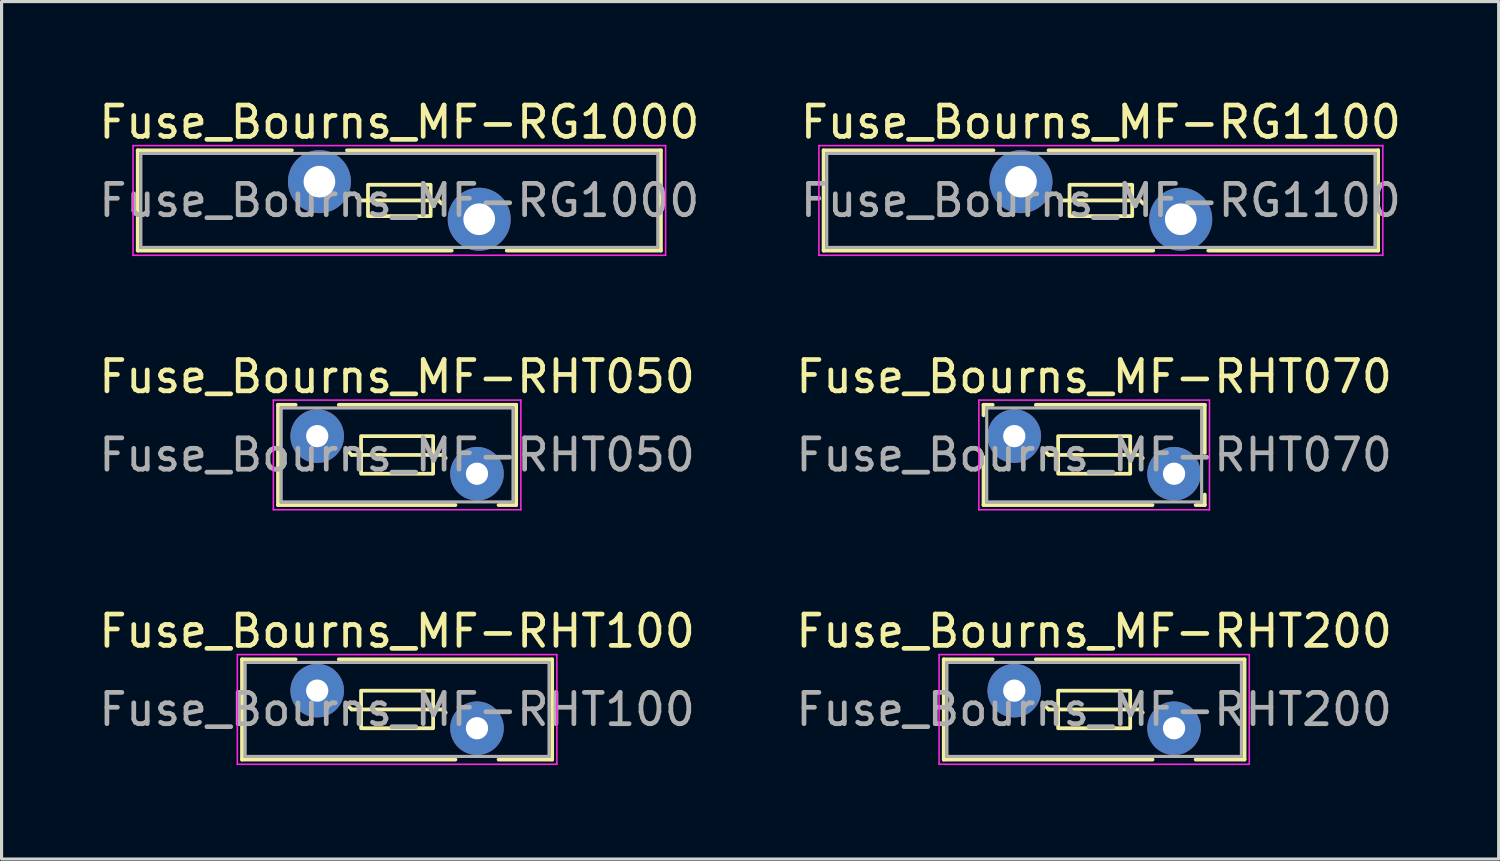
<source format=kicad_pcb>
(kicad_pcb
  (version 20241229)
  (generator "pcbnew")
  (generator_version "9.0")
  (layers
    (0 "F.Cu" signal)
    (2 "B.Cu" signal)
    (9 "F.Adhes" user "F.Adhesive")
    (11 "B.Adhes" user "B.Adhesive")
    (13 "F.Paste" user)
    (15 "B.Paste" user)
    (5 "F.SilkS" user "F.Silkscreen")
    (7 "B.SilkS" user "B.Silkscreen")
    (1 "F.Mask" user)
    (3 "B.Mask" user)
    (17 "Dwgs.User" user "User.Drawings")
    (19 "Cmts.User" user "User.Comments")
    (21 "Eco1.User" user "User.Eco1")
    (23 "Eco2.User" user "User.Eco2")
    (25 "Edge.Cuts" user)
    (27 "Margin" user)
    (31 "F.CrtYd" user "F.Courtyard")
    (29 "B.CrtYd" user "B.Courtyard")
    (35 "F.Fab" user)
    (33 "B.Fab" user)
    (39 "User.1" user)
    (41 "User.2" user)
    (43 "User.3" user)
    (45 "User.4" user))
  (footprint "Fuse_Bourns_MF-RHT200"
    (layer "F.Cu")
    (at 29.325 18.995)
    (property "Reference" "Fuse_Bourns_MF-RHT200" (at 2.55 -1.9 0) (layer "F.SilkS") (effects (font (size 1 1) (thickness 0.15))))
    (fp_line (start -2.251 -1) (end -2.251 2.2) (stroke (width 0.12) (type solid)) (layer "F.SilkS"))
    (fp_line (start -2.251 -1) (end -0.689 -1) (stroke (width 0.12) (type solid)) (layer "F.SilkS"))
    (fp_line (start -2.251 2.2) (end 4.412 2.2) (stroke (width 0.12) (type solid)) (layer "F.SilkS"))
    (fp_line (start 0.689 -1) (end 7.35 -1) (stroke (width 0.12) (type solid)) (layer "F.SilkS"))
    (fp_line (start 1.1 0.6) (end 1 0.5) (stroke (width 0.12) (type solid)) (layer "F.SilkS"))
    (fp_line (start 4 0.6) (end 1.1 0.6) (stroke (width 0.12) (type solid)) (layer "F.SilkS"))
    (fp_line (start 4 0.6) (end 4.1 0.7) (stroke (width 0.12) (type solid)) (layer "F.SilkS"))
    (fp_line (start 5.789 2.2) (end 7.35 2.2) (stroke (width 0.12) (type solid)) (layer "F.SilkS"))
    (fp_line (start 7.35 -1) (end 7.35 2.2) (stroke (width 0.12) (type solid)) (layer "F.SilkS"))
    (fp_rect (start 1.4 0) (end 3.7 1.2) (stroke (width 0.12) (type solid)) (fill no) (layer "F.SilkS"))
    (fp_line (start -2.4 -1.15) (end -2.4 2.35) (stroke (width 0.05) (type solid)) (layer "F.CrtYd"))
    (fp_line (start -2.4 2.35) (end 7.5 2.35) (stroke (width 0.05) (type solid)) (layer "F.CrtYd"))
    (fp_line (start 7.5 -1.15) (end -2.4 -1.15) (stroke (width 0.05) (type solid)) (layer "F.CrtYd"))
    (fp_line (start 7.5 2.35) (end 7.5 -1.15) (stroke (width 0.05) (type solid)) (layer "F.CrtYd"))
    (fp_line (start -2.15 -0.9) (end -2.15 2.1) (stroke (width 0.1) (type solid)) (layer "F.Fab"))
    (fp_line (start -2.15 2.1) (end 7.25 2.1) (stroke (width 0.1) (type solid)) (layer "F.Fab"))
    (fp_line (start 7.25 -0.9) (end -2.15 -0.9) (stroke (width 0.1) (type solid)) (layer "F.Fab"))
    (fp_line (start 7.25 2.1) (end 7.25 -0.9) (stroke (width 0.1) (type solid)) (layer "F.Fab"))
    (fp_text user "${REFERENCE}" (at 2.55 0.6 0) (layer "F.Fab") (effects (font (size 1 1) (thickness 0.15))))
    (pad "1" thru_hole circle (at 0 0) (size 1.71 1.71) (drill 0.71) (layers "*.Cu" "*.Mask"))
    (pad "2" thru_hole circle (at 5.1 1.2) (size 1.71 1.71) (drill 0.71) (layers "*.Cu" "*.Mask")))
  (footprint "Fuse_Bourns_MF-RHT100"
    (layer "F.Cu")
    (at 7.075 18.995)
    (property "Reference" "Fuse_Bourns_MF-RHT100" (at 2.55 -1.9 0) (layer "F.SilkS") (effects (font (size 1 1) (thickness 0.15))))
    (fp_line (start -2.4 -1) (end -2.4 2.2) (stroke (width 0.12) (type solid)) (layer "F.SilkS"))
    (fp_line (start -2.4 -1) (end -0.689 -1) (stroke (width 0.12) (type solid)) (layer "F.SilkS"))
    (fp_line (start -2.4 2.2) (end 4.412 2.2) (stroke (width 0.12) (type solid)) (layer "F.SilkS"))
    (fp_line (start 0.689 -1) (end 7.5 -1) (stroke (width 0.12) (type solid)) (layer "F.SilkS"))
    (fp_line (start 1.1 0.6) (end 1 0.5) (stroke (width 0.12) (type solid)) (layer "F.SilkS"))
    (fp_line (start 4 0.6) (end 1.1 0.6) (stroke (width 0.12) (type solid)) (layer "F.SilkS"))
    (fp_line (start 4 0.6) (end 4.1 0.7) (stroke (width 0.12) (type solid)) (layer "F.SilkS"))
    (fp_line (start 5.789 2.2) (end 7.5 2.2) (stroke (width 0.12) (type solid)) (layer "F.SilkS"))
    (fp_line (start 7.5 -1) (end 7.5 2.2) (stroke (width 0.12) (type solid)) (layer "F.SilkS"))
    (fp_rect (start 1.4 0) (end 3.7 1.2) (stroke (width 0.12) (type solid)) (fill no) (layer "F.SilkS"))
    (fp_line (start -2.55 -1.15) (end -2.55 2.35) (stroke (width 0.05) (type solid)) (layer "F.CrtYd"))
    (fp_line (start -2.55 2.35) (end 7.65 2.35) (stroke (width 0.05) (type solid)) (layer "F.CrtYd"))
    (fp_line (start 7.65 -1.15) (end -2.55 -1.15) (stroke (width 0.05) (type solid)) (layer "F.CrtYd"))
    (fp_line (start 7.65 2.35) (end 7.65 -1.15) (stroke (width 0.05) (type solid)) (layer "F.CrtYd"))
    (fp_line (start -2.3 -0.9) (end -2.3 2.1) (stroke (width 0.1) (type solid)) (layer "F.Fab"))
    (fp_line (start -2.3 2.1) (end 7.4 2.1) (stroke (width 0.1) (type solid)) (layer "F.Fab"))
    (fp_line (start 7.4 -0.9) (end -2.3 -0.9) (stroke (width 0.1) (type solid)) (layer "F.Fab"))
    (fp_line (start 7.4 2.1) (end 7.4 -0.9) (stroke (width 0.1) (type solid)) (layer "F.Fab"))
    (fp_text user "${REFERENCE}" (at 2.55 0.6 0) (layer "F.Fab") (effects (font (size 1 1) (thickness 0.15))))
    (pad "1" thru_hole circle (at 0 0) (size 1.71 1.71) (drill 0.71) (layers "*.Cu" "*.Mask"))
    (pad "2" thru_hole circle (at 5.1 1.2) (size 1.71 1.71) (drill 0.71) (layers "*.Cu" "*.Mask")))
  (footprint "Fuse_Bourns_MF-RG1100"
    (layer "F.Cu")
    (at 29.539 2.748)
    (property "Reference" "Fuse_Bourns_MF-RG1100" (at 2.55 -1.9 0) (layer "F.SilkS") (effects (font (size 1 1) (thickness 0.15))))
    (fp_line (start -6.3 -1) (end -6.3 2.2) (stroke (width 0.12) (type solid)) (layer "F.SilkS"))
    (fp_line (start -6.3 -1) (end -0.879 -1) (stroke (width 0.12) (type solid)) (layer "F.SilkS"))
    (fp_line (start -6.3 2.2) (end 4.222 2.2) (stroke (width 0.12) (type solid)) (layer "F.SilkS"))
    (fp_line (start 0.879 -1) (end 11.4 -1) (stroke (width 0.12) (type solid)) (layer "F.SilkS"))
    (fp_line (start 1.3 0.6) (end 1.2 0.5) (stroke (width 0.12) (type solid)) (layer "F.SilkS"))
    (fp_line (start 3.8 0.6) (end 1.3 0.6) (stroke (width 0.12) (type solid)) (layer "F.SilkS"))
    (fp_line (start 3.8 0.6) (end 3.9 0.7) (stroke (width 0.12) (type solid)) (layer "F.SilkS"))
    (fp_line (start 5.979 2.2) (end 11.4 2.2) (stroke (width 0.12) (type solid)) (layer "F.SilkS"))
    (fp_line (start 11.4 -1) (end 11.4 2.2) (stroke (width 0.12) (type solid)) (layer "F.SilkS"))
    (fp_rect (start 1.55 0.1) (end 3.55 1.1) (stroke (width 0.12) (type solid)) (fill no) (layer "F.SilkS"))
    (fp_line (start -6.45 -1.15) (end -6.45 2.35) (stroke (width 0.05) (type solid)) (layer "F.CrtYd"))
    (fp_line (start -6.45 2.35) (end 11.55 2.35) (stroke (width 0.05) (type solid)) (layer "F.CrtYd"))
    (fp_line (start 11.55 -1.15) (end -6.45 -1.15) (stroke (width 0.05) (type solid)) (layer "F.CrtYd"))
    (fp_line (start 11.55 2.35) (end 11.55 -1.15) (stroke (width 0.05) (type solid)) (layer "F.CrtYd"))
    (fp_line (start -6.2 -0.9) (end -6.2 2.1) (stroke (width 0.1) (type solid)) (layer "F.Fab"))
    (fp_line (start -6.2 2.1) (end 11.3 2.1) (stroke (width 0.1) (type solid)) (layer "F.Fab"))
    (fp_line (start 11.3 -0.9) (end -6.2 -0.9) (stroke (width 0.1) (type solid)) (layer "F.Fab"))
    (fp_line (start 11.3 2.1) (end 11.3 -0.9) (stroke (width 0.1) (type solid)) (layer "F.Fab"))
    (fp_text user "${REFERENCE}" (at 2.55 0.6 0) (layer "F.Fab") (effects (font (size 1 1) (thickness 0.15))))
    (pad "1" thru_hole circle (at 0 0) (size 2.01 2.01) (drill 1.01) (layers "*.Cu" "*.Mask"))
    (pad "2" thru_hole circle (at 5.1 1.2) (size 2.01 2.01) (drill 1.01) (layers "*.Cu" "*.Mask")))
  (footprint "Fuse_Bourns_MF-RHT070"
    (layer "F.Cu")
    (at 29.325 10.871)
    (property "Reference" "Fuse_Bourns_MF-RHT070" (at 2.55 -1.9 0) (layer "F.SilkS") (effects (font (size 1 1) (thickness 0.15))))
    (fp_line (start -0.981 -1) (end -0.981 -0.665) (stroke (width 0.12) (type solid)) (layer "F.SilkS"))
    (fp_line (start -0.981 -1) (end -0.689 -1) (stroke (width 0.12) (type solid)) (layer "F.SilkS"))
    (fp_line (start -0.981 0.665) (end -0.981 2.2) (stroke (width 0.12) (type solid)) (layer "F.SilkS"))
    (fp_line (start -0.981 2.2) (end 4.412 2.2) (stroke (width 0.12) (type solid)) (layer "F.SilkS"))
    (fp_line (start 0.689 -1) (end 6.08 -1) (stroke (width 0.12) (type solid)) (layer "F.SilkS"))
    (fp_line (start 1.1 0.6) (end 1 0.5) (stroke (width 0.12) (type solid)) (layer "F.SilkS"))
    (fp_line (start 4 0.6) (end 1.1 0.6) (stroke (width 0.12) (type solid)) (layer "F.SilkS"))
    (fp_line (start 4 0.6) (end 4.1 0.7) (stroke (width 0.12) (type solid)) (layer "F.SilkS"))
    (fp_line (start 5.789 2.2) (end 6.08 2.2) (stroke (width 0.12) (type solid)) (layer "F.SilkS"))
    (fp_line (start 6.08 -1) (end 6.08 0.536) (stroke (width 0.12) (type solid)) (layer "F.SilkS"))
    (fp_line (start 6.08 1.865) (end 6.08 2.2) (stroke (width 0.12) (type solid)) (layer "F.SilkS"))
    (fp_rect (start 1.4 0) (end 3.7 1.2) (stroke (width 0.12) (type solid)) (fill no) (layer "F.SilkS"))
    (fp_line (start -1.13 -1.15) (end -1.13 2.35) (stroke (width 0.05) (type solid)) (layer "F.CrtYd"))
    (fp_line (start -1.13 2.35) (end 6.23 2.35) (stroke (width 0.05) (type solid)) (layer "F.CrtYd"))
    (fp_line (start 6.23 -1.15) (end -1.13 -1.15) (stroke (width 0.05) (type solid)) (layer "F.CrtYd"))
    (fp_line (start 6.23 2.35) (end 6.23 -1.15) (stroke (width 0.05) (type solid)) (layer "F.CrtYd"))
    (fp_line (start -0.88 -0.9) (end -0.88 2.1) (stroke (width 0.1) (type solid)) (layer "F.Fab"))
    (fp_line (start -0.88 2.1) (end 5.98 2.1) (stroke (width 0.1) (type solid)) (layer "F.Fab"))
    (fp_line (start 5.98 -0.9) (end -0.88 -0.9) (stroke (width 0.1) (type solid)) (layer "F.Fab"))
    (fp_line (start 5.98 2.1) (end 5.98 -0.9) (stroke (width 0.1) (type solid)) (layer "F.Fab"))
    (fp_text user "${REFERENCE}" (at 2.55 0.6 0) (layer "F.Fab") (effects (font (size 1 1) (thickness 0.15))))
    (pad "1" thru_hole circle (at 0 0) (size 1.71 1.71) (drill 0.71) (layers "*.Cu" "*.Mask"))
    (pad "2" thru_hole circle (at 5.1 1.2) (size 1.71 1.71) (drill 0.71) (layers "*.Cu" "*.Mask")))
  (footprint "Fuse_Bourns_MF-RG1000"
    (layer "F.Cu")
    (at 7.146 2.748)
    (property "Reference" "Fuse_Bourns_MF-RG1000" (at 2.55 -1.9 0) (layer "F.SilkS") (effects (font (size 1 1) (thickness 0.15))))
    (fp_line (start -5.8 -1) (end -5.8 2.2) (stroke (width 0.12) (type solid)) (layer "F.SilkS"))
    (fp_line (start -5.8 -1) (end -0.879 -1) (stroke (width 0.12) (type solid)) (layer "F.SilkS"))
    (fp_line (start -5.8 2.2) (end 4.222 2.2) (stroke (width 0.12) (type solid)) (layer "F.SilkS"))
    (fp_line (start 0.879 -1) (end 10.9 -1) (stroke (width 0.12) (type solid)) (layer "F.SilkS"))
    (fp_line (start 1.3 0.6) (end 1.2 0.5) (stroke (width 0.12) (type solid)) (layer "F.SilkS"))
    (fp_line (start 3.8 0.6) (end 1.3 0.6) (stroke (width 0.12) (type solid)) (layer "F.SilkS"))
    (fp_line (start 3.8 0.6) (end 3.9 0.7) (stroke (width 0.12) (type solid)) (layer "F.SilkS"))
    (fp_line (start 5.979 2.2) (end 10.9 2.2) (stroke (width 0.12) (type solid)) (layer "F.SilkS"))
    (fp_line (start 10.9 -1) (end 10.9 2.2) (stroke (width 0.12) (type solid)) (layer "F.SilkS"))
    (fp_rect (start 1.55 0.1) (end 3.55 1.1) (stroke (width 0.12) (type solid)) (fill no) (layer "F.SilkS"))
    (fp_line (start -5.95 -1.15) (end -5.95 2.35) (stroke (width 0.05) (type solid)) (layer "F.CrtYd"))
    (fp_line (start -5.95 2.35) (end 11.05 2.35) (stroke (width 0.05) (type solid)) (layer "F.CrtYd"))
    (fp_line (start 11.05 -1.15) (end -5.95 -1.15) (stroke (width 0.05) (type solid)) (layer "F.CrtYd"))
    (fp_line (start 11.05 2.35) (end 11.05 -1.15) (stroke (width 0.05) (type solid)) (layer "F.CrtYd"))
    (fp_line (start -5.7 -0.9) (end -5.7 2.1) (stroke (width 0.1) (type solid)) (layer "F.Fab"))
    (fp_line (start -5.7 2.1) (end 10.8 2.1) (stroke (width 0.1) (type solid)) (layer "F.Fab"))
    (fp_line (start 10.8 -0.9) (end -5.7 -0.9) (stroke (width 0.1) (type solid)) (layer "F.Fab"))
    (fp_line (start 10.8 2.1) (end 10.8 -0.9) (stroke (width 0.1) (type solid)) (layer "F.Fab"))
    (fp_text user "${REFERENCE}" (at 2.55 0.6 0) (layer "F.Fab") (effects (font (size 1 1) (thickness 0.15))))
    (pad "1" thru_hole circle (at 0 0) (size 2.01 2.01) (drill 1.01) (layers "*.Cu" "*.Mask"))
    (pad "2" thru_hole circle (at 5.1 1.2) (size 2.01 2.01) (drill 1.01) (layers "*.Cu" "*.Mask")))
  (footprint "Fuse_Bourns_MF-RHT050"
    (layer "F.Cu")
    (at 7.075 10.871)
    (property "Reference" "Fuse_Bourns_MF-RHT050" (at 2.55 -1.9 0) (layer "F.SilkS") (effects (font (size 1 1) (thickness 0.15))))
    (fp_line (start -1.251 -1) (end -1.251 2.2) (stroke (width 0.12) (type solid)) (layer "F.SilkS"))
    (fp_line (start -1.251 -1) (end -0.689 -1) (stroke (width 0.12) (type solid)) (layer "F.SilkS"))
    (fp_line (start -1.251 2.2) (end 4.412 2.2) (stroke (width 0.12) (type solid)) (layer "F.SilkS"))
    (fp_line (start 0.689 -1) (end 6.35 -1) (stroke (width 0.12) (type solid)) (layer "F.SilkS"))
    (fp_line (start 1.1 0.6) (end 1 0.5) (stroke (width 0.12) (type solid)) (layer "F.SilkS"))
    (fp_line (start 4 0.6) (end 1.1 0.6) (stroke (width 0.12) (type solid)) (layer "F.SilkS"))
    (fp_line (start 4 0.6) (end 4.1 0.7) (stroke (width 0.12) (type solid)) (layer "F.SilkS"))
    (fp_line (start 5.789 2.2) (end 6.35 2.2) (stroke (width 0.12) (type solid)) (layer "F.SilkS"))
    (fp_line (start 6.35 -1) (end 6.35 2.2) (stroke (width 0.12) (type solid)) (layer "F.SilkS"))
    (fp_rect (start 1.4 0) (end 3.7 1.2) (stroke (width 0.12) (type solid)) (fill no) (layer "F.SilkS"))
    (fp_line (start -1.4 -1.15) (end -1.4 2.35) (stroke (width 0.05) (type solid)) (layer "F.CrtYd"))
    (fp_line (start -1.4 2.35) (end 6.5 2.35) (stroke (width 0.05) (type solid)) (layer "F.CrtYd"))
    (fp_line (start 6.5 -1.15) (end -1.4 -1.15) (stroke (width 0.05) (type solid)) (layer "F.CrtYd"))
    (fp_line (start 6.5 2.35) (end 6.5 -1.15) (stroke (width 0.05) (type solid)) (layer "F.CrtYd"))
    (fp_line (start -1.15 -0.9) (end -1.15 2.1) (stroke (width 0.1) (type solid)) (layer "F.Fab"))
    (fp_line (start -1.15 2.1) (end 6.25 2.1) (stroke (width 0.1) (type solid)) (layer "F.Fab"))
    (fp_line (start 6.25 -0.9) (end -1.15 -0.9) (stroke (width 0.1) (type solid)) (layer "F.Fab"))
    (fp_line (start 6.25 2.1) (end 6.25 -0.9) (stroke (width 0.1) (type solid)) (layer "F.Fab"))
    (fp_text user "${REFERENCE}" (at 2.55 0.6 0) (layer "F.Fab") (effects (font (size 1 1) (thickness 0.15))))
    (pad "1" thru_hole circle (at 0 0) (size 1.71 1.71) (drill 0.71) (layers "*.Cu" "*.Mask"))
    (pad "2" thru_hole circle (at 5.1 1.2) (size 1.71 1.71) (drill 0.71) (layers "*.Cu" "*.Mask")))
  (gr_rect
    (start -3 -3)
    (end 44.786 24.37)
    (stroke (width 0.1) (type default))
    (fill no)
    (layer "Edge.Cuts")))
</source>
